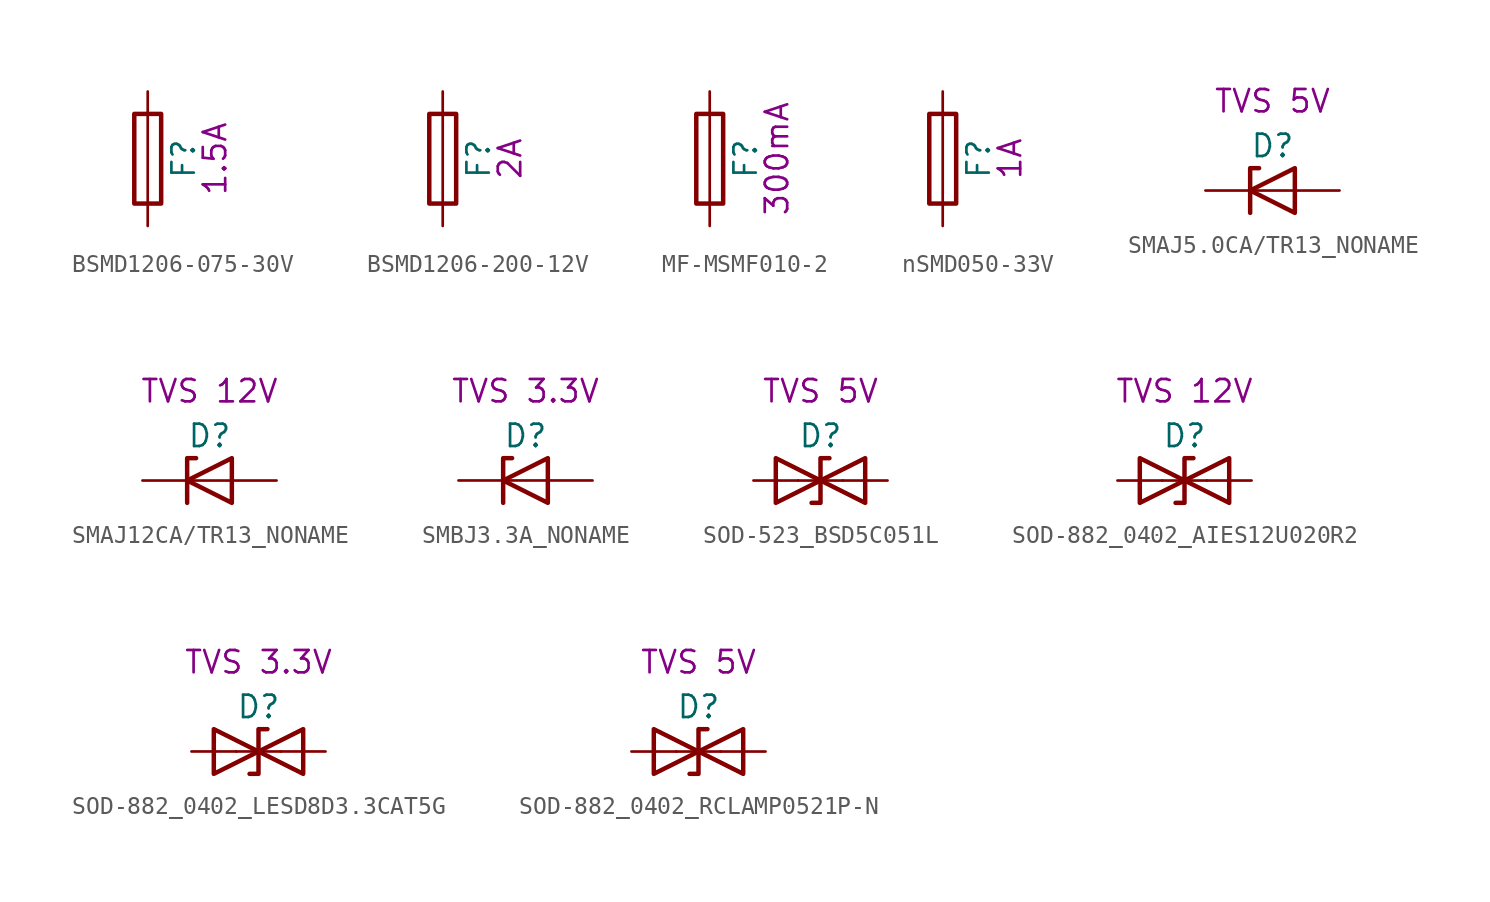
<source format=kicad_sym>
(kicad_symbol_lib
  (version 20220914)
  (generator kicad_symbol_editor)
  (symbol "BSMD1206-075-30V"
    (pin_numbers hide)
    (pin_names
      (offset 0))
    (property "Reference" "F"
      (at 2.032 0 90)
      (effects (font (size 1.27 1.27))))
    (property "UserValue" "1.5A\n"
      (at 3.81 0 90)
      (effects (font (size 1.27 1.27))))
    (symbol "BSMD1206-075-30V_0_1"
      (rectangle (start -0.762 -2.54) (end 0.762 2.54) (stroke (width 0.254) (type default)) (fill (type none)))
      (polyline (pts (xy 0 2.54) (xy 0 -2.54)) (stroke (width 0) (type default)) (fill (type none))))
    (symbol "BSMD1206-075-30V_1_1"
      (pin passive line (at 0 3.81 270) (length 1.27) (name "~" (effects (font (size 1.27 1.27)))) (number "1" (effects (font (size 1.27 1.27)))))
      (pin passive line (at 0 -3.81 90) (length 1.27) (name "~" (effects (font (size 1.27 1.27)))) (number "2" (effects (font (size 1.27 1.27)))))))
  (symbol "BSMD1206-200-12V"
    (pin_numbers hide)
    (pin_names
      (offset 0))
    (property "Reference" "F"
      (at 2.032 0 90)
      (effects (font (size 1.27 1.27))))
    (property "UserValue" "2A"
      (at 3.81 0 90)
      (effects (font (size 1.27 1.27))))
    (symbol "BSMD1206-200-12V_0_1"
      (rectangle (start -0.762 -2.54) (end 0.762 2.54) (stroke (width 0.254) (type default)) (fill (type none)))
      (polyline (pts (xy 0 2.54) (xy 0 -2.54)) (stroke (width 0) (type default)) (fill (type none))))
    (symbol "BSMD1206-200-12V_1_1"
      (pin passive line (at 0 3.81 270) (length 1.27) (name "~" (effects (font (size 1.27 1.27)))) (number "1" (effects (font (size 1.27 1.27)))))
      (pin passive line (at 0 -3.81 90) (length 1.27) (name "~" (effects (font (size 1.27 1.27)))) (number "2" (effects (font (size 1.27 1.27)))))))
  (symbol "MF-MSMF010-2"
    (pin_numbers hide)
    (pin_names
      (offset 0))
    (property "Reference" "F"
      (at 2.032 0 90)
      (effects (font (size 1.27 1.27))))
    (property "UserValue" "300mA"
      (at 3.81 0 90)
      (effects (font (size 1.27 1.27))))
    (symbol "MF-MSMF010-2_0_1"
      (rectangle (start -0.762 -2.54) (end 0.762 2.54) (stroke (width 0.254) (type default)) (fill (type none)))
      (polyline (pts (xy 0 2.54) (xy 0 -2.54)) (stroke (width 0) (type default)) (fill (type none))))
    (symbol "MF-MSMF010-2_1_1"
      (pin passive line (at 0 3.81 270) (length 1.27) (name "~" (effects (font (size 1.27 1.27)))) (number "1" (effects (font (size 1.27 1.27)))))
      (pin passive line (at 0 -3.81 90) (length 1.27) (name "~" (effects (font (size 1.27 1.27)))) (number "2" (effects (font (size 1.27 1.27)))))))
  (symbol "nSMD050-33V"
    (pin_numbers hide)
    (pin_names
      (offset 0))
    (property "Reference" "F"
      (at 2.032 0 90)
      (effects (font (size 1.27 1.27))))
    (property "UserValue" "1A"
      (at 3.81 0 90)
      (effects (font (size 1.27 1.27))))
    (symbol "nSMD050-33V_0_1"
      (rectangle (start -0.762 -2.54) (end 0.762 2.54) (stroke (width 0.254) (type default)) (fill (type none)))
      (polyline (pts (xy 0 2.54) (xy 0 -2.54)) (stroke (width 0) (type default)) (fill (type none))))
    (symbol "nSMD050-33V_1_1"
      (pin passive line (at 0 3.81 270) (length 1.27) (name "~" (effects (font (size 1.27 1.27)))) (number "1" (effects (font (size 1.27 1.27)))))
      (pin passive line (at 0 -3.81 90) (length 1.27) (name "~" (effects (font (size 1.27 1.27)))) (number "2" (effects (font (size 1.27 1.27)))))))
  (symbol "SMAJ5.0CA/TR13_NONAME"
    (pin_numbers hide)
    (pin_names
      (offset 1.016) hide)
    (property "Reference" "D"
      (at 0 2.54 0)
      (effects (font (size 1.27 1.27))))
    (property "UserValue" "TVS 5V"
      (at 0 5.08 0)
      (effects (font (size 1.27 1.27))))
    (symbol "SMAJ5.0CA/TR13_NONAME_0_1"
      (polyline (pts (xy 1.27 0) (xy -1.27 0)) (stroke (width 0) (type default)) (fill (type none)))
      (polyline (pts (xy -1.27 -1.27) (xy -1.27 1.27) (xy -0.762 1.27)) (stroke (width 0.254) (type default)) (fill (type none)))
      (polyline (pts (xy 1.27 -1.27) (xy 1.27 1.27) (xy -1.27 0) (xy 1.27 -1.27)) (stroke (width 0.254) (type default)) (fill (type none))))
    (symbol "SMAJ5.0CA/TR13_NONAME_1_1"
      (pin passive line (at -3.81 0 0) (length 2.54) (name "K" (effects (font (size 1.27 1.27)))) (number "1" (effects (font (size 1.27 1.27)))))
      (pin passive line (at 3.81 0 180) (length 2.54) (name "A" (effects (font (size 1.27 1.27)))) (number "2" (effects (font (size 1.27 1.27)))))))
  (symbol "SMAJ12CA/TR13_NONAME"
    (pin_numbers hide)
    (pin_names
      (offset 1.016) hide)
    (property "Reference" "D"
      (at 0 2.54 0)
      (effects (font (size 1.27 1.27))))
    (property "UserValue" "TVS 12V"
      (at 0 5.08 0)
      (effects (font (size 1.27 1.27))))
    (symbol "SMAJ12CA/TR13_NONAME_0_1"
      (polyline (pts (xy 1.27 0) (xy -1.27 0)) (stroke (width 0) (type default)) (fill (type none)))
      (polyline (pts (xy -1.27 -1.27) (xy -1.27 1.27) (xy -0.762 1.27)) (stroke (width 0.254) (type default)) (fill (type none)))
      (polyline (pts (xy 1.27 -1.27) (xy 1.27 1.27) (xy -1.27 0) (xy 1.27 -1.27)) (stroke (width 0.254) (type default)) (fill (type none))))
    (symbol "SMAJ12CA/TR13_NONAME_1_1"
      (pin passive line (at -3.81 0 0) (length 2.54) (name "K" (effects (font (size 1.27 1.27)))) (number "1" (effects (font (size 1.27 1.27)))))
      (pin passive line (at 3.81 0 180) (length 2.54) (name "A" (effects (font (size 1.27 1.27)))) (number "2" (effects (font (size 1.27 1.27)))))))
  (symbol "SMBJ3.3A_NONAME"
    (pin_numbers hide)
    (pin_names
      (offset 1.016) hide)
    (property "Reference" "D"
      (at 0 2.54 0)
      (effects (font (size 1.27 1.27))))
    (property "UserValue" "TVS 3.3V"
      (at 0 5.08 0)
      (effects (font (size 1.27 1.27))))
    (symbol "SMBJ3.3A_NONAME_0_1"
      (polyline (pts (xy 1.27 0) (xy -1.27 0)) (stroke (width 0) (type default)) (fill (type none)))
      (polyline (pts (xy -1.27 -1.27) (xy -1.27 1.27) (xy -0.762 1.27)) (stroke (width 0.254) (type default)) (fill (type none)))
      (polyline (pts (xy 1.27 -1.27) (xy 1.27 1.27) (xy -1.27 0) (xy 1.27 -1.27)) (stroke (width 0.254) (type default)) (fill (type none))))
    (symbol "SMBJ3.3A_NONAME_1_1"
      (pin passive line (at -3.81 0 0) (length 2.54) (name "K" (effects (font (size 1.27 1.27)))) (number "1" (effects (font (size 1.27 1.27)))))
      (pin passive line (at 3.81 0 180) (length 2.54) (name "A" (effects (font (size 1.27 1.27)))) (number "2" (effects (font (size 1.27 1.27)))))))
  (symbol "SOD-523_BSD5C051L"
    (pin_numbers hide)
    (pin_names
      (offset 1.016) hide)
    (property "Reference" "D"
      (at 0 2.54 0)
      (effects (font (size 1.27 1.27))))
    (property "UserValue" "TVS 5V"
      (at 0 5.08 0)
      (effects (font (size 1.27 1.27))))
    (symbol "SOD-523_BSD5C051L_0_1"
      (polyline (pts (xy 1.27 0) (xy -1.27 0)) (stroke (width 0) (type default)) (fill (type none)))
      (polyline (pts (xy 0.508 1.27) (xy 0 1.27) (xy 0 -1.27) (xy -0.508 -1.27)) (stroke (width 0.254) (type default)) (fill (type none)))
      (polyline (pts (xy -2.54 1.27) (xy -2.54 -1.27) (xy 2.54 1.27) (xy 2.54 -1.27) (xy -2.54 1.27)) (stroke (width 0.254) (type default)) (fill (type none))))
    (symbol "SOD-523_BSD5C051L_1_1"
      (pin passive line (at -3.81 0 0) (length 2.54) (name "A1" (effects (font (size 1.27 1.27)))) (number "1" (effects (font (size 1.27 1.27)))))
      (pin passive line (at 3.81 0 180) (length 2.54) (name "A2" (effects (font (size 1.27 1.27)))) (number "2" (effects (font (size 1.27 1.27)))))))
  (symbol "SOD-882_0402_AIES12U020R2"
    (pin_numbers hide)
    (pin_names
      (offset 1.016) hide)
    (property "Reference" "D"
      (at 0 2.54 0)
      (effects (font (size 1.27 1.27))))
    (property "UserValue" "TVS 12V"
      (at 0 5.08 0)
      (effects (font (size 1.27 1.27))))
    (symbol "SOD-882_0402_AIES12U020R2_0_1"
      (polyline (pts (xy 1.27 0) (xy -1.27 0)) (stroke (width 0) (type default)) (fill (type none)))
      (polyline (pts (xy 0.508 1.27) (xy 0 1.27) (xy 0 -1.27) (xy -0.508 -1.27)) (stroke (width 0.254) (type default)) (fill (type none)))
      (polyline (pts (xy -2.54 1.27) (xy -2.54 -1.27) (xy 2.54 1.27) (xy 2.54 -1.27) (xy -2.54 1.27)) (stroke (width 0.254) (type default)) (fill (type none))))
    (symbol "SOD-882_0402_AIES12U020R2_1_1"
      (pin passive line (at -3.81 0 0) (length 2.54) (name "A1" (effects (font (size 1.27 1.27)))) (number "1" (effects (font (size 1.27 1.27)))))
      (pin passive line (at 3.81 0 180) (length 2.54) (name "A2" (effects (font (size 1.27 1.27)))) (number "2" (effects (font (size 1.27 1.27)))))))
  (symbol "SOD-882_0402_LESD8D3.3CAT5G"
    (pin_numbers hide)
    (pin_names
      (offset 1.016) hide)
    (property "Reference" "D"
      (at 0 2.54 0)
      (effects (font (size 1.27 1.27))))
    (property "UserValue" "TVS 3.3V"
      (at 0 5.08 0)
      (effects (font (size 1.27 1.27))))
    (symbol "SOD-882_0402_LESD8D3.3CAT5G_0_1"
      (polyline (pts (xy 1.27 0) (xy -1.27 0)) (stroke (width 0) (type default)) (fill (type none)))
      (polyline (pts (xy 0.508 1.27) (xy 0 1.27) (xy 0 -1.27) (xy -0.508 -1.27)) (stroke (width 0.254) (type default)) (fill (type none)))
      (polyline (pts (xy -2.54 1.27) (xy -2.54 -1.27) (xy 2.54 1.27) (xy 2.54 -1.27) (xy -2.54 1.27)) (stroke (width 0.254) (type default)) (fill (type none))))
    (symbol "SOD-882_0402_LESD8D3.3CAT5G_1_1"
      (pin passive line (at -3.81 0 0) (length 2.54) (name "A1" (effects (font (size 1.27 1.27)))) (number "1" (effects (font (size 1.27 1.27)))))
      (pin passive line (at 3.81 0 180) (length 2.54) (name "A2" (effects (font (size 1.27 1.27)))) (number "2" (effects (font (size 1.27 1.27)))))))
  (symbol "SOD-882_0402_RCLAMP0521P-N"
    (pin_numbers hide)
    (pin_names
      (offset 1.016) hide)
    (property "Reference" "D"
      (at 0 2.54 0)
      (effects (font (size 1.27 1.27))))
    (property "UserValue" "TVS 5V"
      (at 0 5.08 0)
      (effects (font (size 1.27 1.27))))
    (symbol "SOD-882_0402_RCLAMP0521P-N_0_1"
      (polyline (pts (xy 1.27 0) (xy -1.27 0)) (stroke (width 0) (type default)) (fill (type none)))
      (polyline (pts (xy 0.508 1.27) (xy 0 1.27) (xy 0 -1.27) (xy -0.508 -1.27)) (stroke (width 0.254) (type default)) (fill (type none)))
      (polyline (pts (xy -2.54 1.27) (xy -2.54 -1.27) (xy 2.54 1.27) (xy 2.54 -1.27) (xy -2.54 1.27)) (stroke (width 0.254) (type default)) (fill (type none))))
    (symbol "SOD-882_0402_RCLAMP0521P-N_1_1"
      (pin passive line (at -3.81 0 0) (length 2.54) (name "A1" (effects (font (size 1.27 1.27)))) (number "1" (effects (font (size 1.27 1.27)))))
      (pin passive line (at 3.81 0 180) (length 2.54) (name "A2" (effects (font (size 1.27 1.27)))) (number "2" (effects (font (size 1.27 1.27))))))))
</source>
